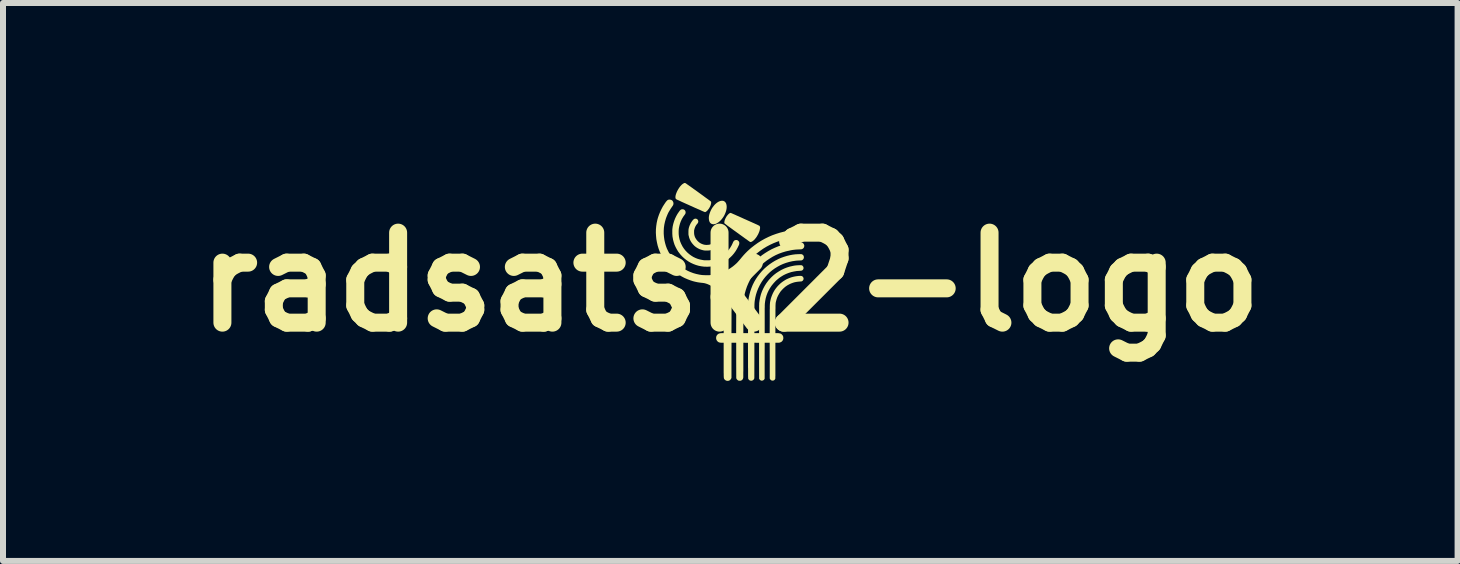
<source format=kicad_pcb>
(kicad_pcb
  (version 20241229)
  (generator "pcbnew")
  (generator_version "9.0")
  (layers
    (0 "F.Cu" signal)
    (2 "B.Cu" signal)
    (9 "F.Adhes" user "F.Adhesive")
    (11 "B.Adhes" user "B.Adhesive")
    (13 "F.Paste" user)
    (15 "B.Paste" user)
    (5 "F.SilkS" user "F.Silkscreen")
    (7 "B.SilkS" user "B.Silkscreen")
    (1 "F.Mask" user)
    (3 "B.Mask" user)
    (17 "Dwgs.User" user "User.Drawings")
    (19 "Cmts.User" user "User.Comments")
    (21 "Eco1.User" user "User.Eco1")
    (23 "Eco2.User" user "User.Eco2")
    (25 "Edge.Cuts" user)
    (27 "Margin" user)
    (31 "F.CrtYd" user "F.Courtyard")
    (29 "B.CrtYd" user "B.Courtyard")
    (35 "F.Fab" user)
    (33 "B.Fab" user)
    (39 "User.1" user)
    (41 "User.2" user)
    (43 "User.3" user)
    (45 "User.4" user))
  (footprint "radsatsk2-logo"
    (layer "F.Cu")
    (at 9.121 1.649)
    (property "Reference" "radsatsk2-logo" (at 0 0 0) (layer "F.SilkS") (effects (font (size 1.5 1.5) (thickness 0.3))))
    (attr board_only exclude_from_pos_files exclude_from_bom)
    (fp_poly (pts (xy -0.12 -1.352) (xy -0.106 -1.347) (xy -0.094 -1.34) (xy -0.083 -1.329) (xy -0.074 -1.317) (xy -0.067 -1.301) (xy -0.063 -1.284) (xy -0.06 -1.264) (xy -0.06 -1.242) (xy -0.062 -1.219) (xy -0.067 -1.193) (xy -0.068 -1.19) (xy -0.076 -1.164) (xy -0.086 -1.139) (xy -0.097 -1.114) (xy -0.11 -1.091) (xy -0.125 -1.069) (xy -0.141 -1.048) (xy -0.157 -1.029) (xy -0.175 -1.012) (xy -0.193 -0.997) (xy -0.211 -0.985) (xy -0.229 -0.974) (xy -0.247 -0.967) (xy -0.265 -0.963) (xy -0.283 -0.961) (xy -0.299 -0.964) (xy -0.314 -0.969) (xy -0.326 -0.977) (xy -0.337 -0.988) (xy -0.345 -1.002) (xy -0.351 -1.018) (xy -0.355 -1.036) (xy -0.357 -1.057) (xy -0.357 -1.079) (xy -0.354 -1.102) (xy -0.349 -1.125) (xy -0.34 -1.153) (xy -0.329 -1.181) (xy -0.316 -1.208) (xy -0.301 -1.234) (xy -0.283 -1.258) (xy -0.265 -1.281) (xy -0.245 -1.301) (xy -0.225 -1.318) (xy -0.204 -1.332) (xy -0.191 -1.339) (xy -0.172 -1.347) (xy -0.153 -1.352) (xy -0.136 -1.353)) (stroke (width 0) (type solid)) (fill yes) (layer "F.SilkS"))
    (fp_poly (pts (xy -0.751 -1.649) (xy -0.748 -1.647) (xy -0.743 -1.644) (xy -0.735 -1.639) (xy -0.725 -1.632) (xy -0.713 -1.623) (xy -0.698 -1.613) (xy -0.683 -1.602) (xy -0.665 -1.59) (xy -0.646 -1.576) (xy -0.626 -1.562) (xy -0.606 -1.547) (xy -0.584 -1.532) (xy -0.562 -1.516) (xy -0.54 -1.5) (xy -0.518 -1.484) (xy -0.496 -1.468) (xy -0.474 -1.452) (xy -0.453 -1.437) (xy -0.433 -1.422) (xy -0.414 -1.408) (xy -0.396 -1.395) (xy -0.379 -1.383) (xy -0.364 -1.372) (xy -0.351 -1.362) (xy -0.34 -1.354) (xy -0.331 -1.347) (xy -0.325 -1.342) (xy -0.321 -1.339) (xy -0.321 -1.338) (xy -0.319 -1.33) (xy -0.318 -1.319) (xy -0.32 -1.306) (xy -0.323 -1.292) (xy -0.328 -1.276) (xy -0.335 -1.26) (xy -0.336 -1.257) (xy -0.345 -1.241) (xy -0.354 -1.225) (xy -0.365 -1.211) (xy -0.375 -1.197) (xy -0.386 -1.186) (xy -0.396 -1.177) (xy -0.406 -1.169) (xy -0.416 -1.165) (xy -0.423 -1.164) (xy -0.425 -1.165) (xy -0.43 -1.167) (xy -0.439 -1.171) (xy -0.45 -1.175) (xy -0.464 -1.181) (xy -0.48 -1.188) (xy -0.499 -1.197) (xy -0.519 -1.206) (xy -0.541 -1.215) (xy -0.565 -1.226) (xy -0.591 -1.237) (xy -0.617 -1.249) (xy -0.645 -1.262) (xy -0.664 -1.27) (xy -0.699 -1.286) (xy -0.731 -1.3) (xy -0.76 -1.313) (xy -0.786 -1.325) (xy -0.809 -1.335) (xy -0.829 -1.345) (xy -0.846 -1.353) (xy -0.861 -1.36) (xy -0.874 -1.365) (xy -0.884 -1.37) (xy -0.892 -1.374) (xy -0.898 -1.377) (xy -0.902 -1.38) (xy -0.905 -1.381) (xy -0.905 -1.382) (xy -0.91 -1.39) (xy -0.913 -1.4) (xy -0.914 -1.413) (xy -0.913 -1.428) (xy -0.91 -1.445) (xy -0.905 -1.463) (xy -0.898 -1.482) (xy -0.89 -1.502) (xy -0.88 -1.522) (xy -0.872 -1.537) (xy -0.859 -1.558) (xy -0.847 -1.576) (xy -0.835 -1.592) (xy -0.821 -1.607) (xy -0.816 -1.613) (xy -0.801 -1.627) (xy -0.787 -1.637) (xy -0.775 -1.644) (xy -0.764 -1.649) (xy -0.754 -1.649)) (stroke (width 0) (type solid)) (fill yes) (layer "F.SilkS"))
    (fp_poly (pts (xy 0.008 -1.15) (xy 0.013 -1.148) (xy 0.022 -1.145) (xy 0.033 -1.14) (xy 0.046 -1.134) (xy 0.062 -1.127) (xy 0.079 -1.12) (xy 0.098 -1.111) (xy 0.118 -1.102) (xy 0.14 -1.093) (xy 0.159 -1.084) (xy 0.184 -1.073) (xy 0.21 -1.061) (xy 0.236 -1.049) (xy 0.262 -1.038) (xy 0.288 -1.026) (xy 0.313 -1.015) (xy 0.337 -1.004) (xy 0.358 -0.995) (xy 0.377 -0.986) (xy 0.394 -0.979) (xy 0.396 -0.978) (xy 0.417 -0.968) (xy 0.436 -0.96) (xy 0.451 -0.953) (xy 0.463 -0.947) (xy 0.473 -0.942) (xy 0.48 -0.938) (xy 0.485 -0.936) (xy 0.488 -0.934) (xy 0.488 -0.933) (xy 0.493 -0.925) (xy 0.496 -0.914) (xy 0.497 -0.901) (xy 0.495 -0.886) (xy 0.492 -0.87) (xy 0.488 -0.852) (xy 0.481 -0.833) (xy 0.473 -0.814) (xy 0.464 -0.794) (xy 0.453 -0.775) (xy 0.442 -0.756) (xy 0.429 -0.737) (xy 0.415 -0.72) (xy 0.408 -0.711) (xy 0.395 -0.698) (xy 0.382 -0.687) (xy 0.37 -0.678) (xy 0.358 -0.671) (xy 0.347 -0.667) (xy 0.338 -0.665) (xy 0.33 -0.667) (xy 0.329 -0.667) (xy 0.327 -0.669) (xy 0.322 -0.672) (xy 0.315 -0.677) (xy 0.305 -0.684) (xy 0.292 -0.693) (xy 0.278 -0.704) (xy 0.262 -0.715) (xy 0.243 -0.728) (xy 0.223 -0.743) (xy 0.202 -0.758) (xy 0.18 -0.774) (xy 0.156 -0.791) (xy 0.132 -0.809) (xy 0.115 -0.821) (xy 0.082 -0.845) (xy 0.051 -0.867) (xy 0.024 -0.887) (xy -0.001 -0.905) (xy -0.023 -0.921) (xy -0.043 -0.935) (xy -0.059 -0.948) (xy -0.072 -0.958) (xy -0.083 -0.966) (xy -0.09 -0.971) (xy -0.095 -0.975) (xy -0.097 -0.977) (xy -0.099 -0.985) (xy -0.099 -0.996) (xy -0.097 -1.009) (xy -0.094 -1.023) (xy -0.089 -1.039) (xy -0.082 -1.054) (xy -0.081 -1.058) (xy -0.072 -1.074) (xy -0.063 -1.09) (xy -0.053 -1.104) (xy -0.042 -1.117) (xy -0.031 -1.129) (xy -0.021 -1.138) (xy -0.011 -1.145) (xy -0.001 -1.15) (xy 0.005 -1.151)) (stroke (width 0) (type solid)) (fill yes) (layer "F.SilkS"))
    (fp_poly (pts (xy -0.566 -1.053) (xy -0.555 -1.048) (xy -0.546 -1.041) (xy -0.539 -1.031) (xy -0.535 -1.02) (xy -0.533 -1.008) (xy -0.533 -1.004) (xy -0.534 -0.997) (xy -0.537 -0.99) (xy -0.54 -0.983) (xy -0.546 -0.974) (xy -0.554 -0.965) (xy -0.555 -0.964) (xy -0.57 -0.944) (xy -0.583 -0.921) (xy -0.593 -0.896) (xy -0.6 -0.87) (xy -0.6 -0.87) (xy -0.602 -0.862) (xy -0.603 -0.855) (xy -0.603 -0.847) (xy -0.603 -0.838) (xy -0.603 -0.826) (xy -0.603 -0.822) (xy -0.602 -0.801) (xy -0.599 -0.782) (xy -0.594 -0.764) (xy -0.588 -0.747) (xy -0.579 -0.729) (xy -0.574 -0.722) (xy -0.559 -0.699) (xy -0.541 -0.679) (xy -0.521 -0.661) (xy -0.499 -0.646) (xy -0.475 -0.634) (xy -0.45 -0.625) (xy -0.425 -0.619) (xy -0.398 -0.617) (xy -0.371 -0.618) (xy -0.344 -0.622) (xy -0.334 -0.625) (xy -0.307 -0.635) (xy -0.283 -0.647) (xy -0.26 -0.663) (xy -0.24 -0.681) (xy -0.222 -0.702) (xy -0.207 -0.726) (xy -0.194 -0.752) (xy -0.19 -0.764) (xy -0.184 -0.777) (xy -0.177 -0.788) (xy -0.169 -0.796) (xy -0.159 -0.801) (xy -0.156 -0.802) (xy -0.143 -0.804) (xy -0.131 -0.803) (xy -0.12 -0.798) (xy -0.111 -0.792) (xy -0.103 -0.783) (xy -0.098 -0.772) (xy -0.096 -0.76) (xy -0.096 -0.747) (xy -0.098 -0.74) (xy -0.108 -0.713) (xy -0.121 -0.686) (xy -0.137 -0.659) (xy -0.155 -0.635) (xy -0.175 -0.612) (xy -0.194 -0.595) (xy -0.221 -0.575) (xy -0.25 -0.558) (xy -0.28 -0.544) (xy -0.311 -0.533) (xy -0.343 -0.526) (xy -0.376 -0.523) (xy -0.408 -0.523) (xy -0.419 -0.523) (xy -0.452 -0.528) (xy -0.484 -0.537) (xy -0.515 -0.548) (xy -0.544 -0.563) (xy -0.571 -0.58) (xy -0.596 -0.6) (xy -0.618 -0.623) (xy -0.639 -0.648) (xy -0.657 -0.675) (xy -0.672 -0.704) (xy -0.684 -0.735) (xy -0.692 -0.768) (xy -0.693 -0.771) (xy -0.695 -0.779) (xy -0.696 -0.787) (xy -0.697 -0.795) (xy -0.697 -0.803) (xy -0.697 -0.814) (xy -0.697 -0.827) (xy -0.697 -0.831) (xy -0.697 -0.849) (xy -0.696 -0.865) (xy -0.695 -0.879) (xy -0.692 -0.893) (xy -0.689 -0.906) (xy -0.684 -0.921) (xy -0.683 -0.925) (xy -0.677 -0.941) (xy -0.669 -0.958) (xy -0.661 -0.975) (xy -0.651 -0.992) (xy -0.641 -1.007) (xy -0.631 -1.021) (xy -0.621 -1.033) (xy -0.612 -1.042) (xy -0.603 -1.049) (xy -0.601 -1.05) (xy -0.589 -1.054) (xy -0.577 -1.055)) (stroke (width 0) (type solid)) (fill yes) (layer "F.SilkS"))
    (fp_poly (pts (xy -0.784 -1.21) (xy -0.773 -1.207) (xy -0.763 -1.2) (xy -0.759 -1.197) (xy -0.751 -1.186) (xy -0.746 -1.174) (xy -0.744 -1.161) (xy -0.744 -1.16) (xy -0.745 -1.151) (xy -0.746 -1.143) (xy -0.75 -1.135) (xy -0.755 -1.126) (xy -0.759 -1.121) (xy -0.784 -1.086) (xy -0.806 -1.049) (xy -0.824 -1.011) (xy -0.838 -0.972) (xy -0.849 -0.931) (xy -0.857 -0.89) (xy -0.858 -0.883) (xy -0.859 -0.867) (xy -0.86 -0.849) (xy -0.86 -0.829) (xy -0.86 -0.809) (xy -0.859 -0.79) (xy -0.857 -0.772) (xy -0.855 -0.757) (xy -0.855 -0.754) (xy -0.846 -0.712) (xy -0.834 -0.672) (xy -0.818 -0.634) (xy -0.8 -0.599) (xy -0.794 -0.588) (xy -0.77 -0.552) (xy -0.744 -0.52) (xy -0.715 -0.49) (xy -0.684 -0.463) (xy -0.651 -0.439) (xy -0.616 -0.417) (xy -0.579 -0.399) (xy -0.54 -0.384) (xy -0.5 -0.373) (xy -0.458 -0.365) (xy -0.453 -0.364) (xy -0.439 -0.362) (xy -0.421 -0.361) (xy -0.402 -0.361) (xy -0.382 -0.361) (xy -0.363 -0.361) (xy -0.345 -0.362) (xy -0.33 -0.364) (xy -0.33 -0.364) (xy -0.288 -0.372) (xy -0.248 -0.383) (xy -0.209 -0.398) (xy -0.171 -0.416) (xy -0.135 -0.437) (xy -0.101 -0.461) (xy -0.07 -0.489) (xy -0.068 -0.49) (xy -0.042 -0.516) (xy -0.018 -0.545) (xy 0.003 -0.576) (xy 0.022 -0.608) (xy 0.038 -0.641) (xy 0.041 -0.649) (xy 0.047 -0.661) (xy 0.051 -0.67) (xy 0.056 -0.677) (xy 0.059 -0.682) (xy 0.069 -0.691) (xy 0.081 -0.696) (xy 0.093 -0.699) (xy 0.106 -0.699) (xy 0.118 -0.696) (xy 0.129 -0.689) (xy 0.139 -0.68) (xy 0.144 -0.672) (xy 0.147 -0.667) (xy 0.149 -0.662) (xy 0.15 -0.656) (xy 0.15 -0.649) (xy 0.15 -0.646) (xy 0.15 -0.639) (xy 0.149 -0.633) (xy 0.148 -0.627) (xy 0.145 -0.62) (xy 0.142 -0.612) (xy 0.124 -0.574) (xy 0.105 -0.539) (xy 0.087 -0.51) (xy 0.06 -0.473) (xy 0.031 -0.439) (xy -0.002 -0.407) (xy -0.036 -0.377) (xy -0.073 -0.351) (xy -0.111 -0.327) (xy -0.152 -0.306) (xy -0.194 -0.289) (xy -0.237 -0.275) (xy -0.281 -0.264) (xy -0.302 -0.261) (xy -0.336 -0.256) (xy -0.371 -0.254) (xy -0.405 -0.254) (xy -0.438 -0.255) (xy -0.484 -0.261) (xy -0.529 -0.27) (xy -0.573 -0.283) (xy -0.615 -0.299) (xy -0.656 -0.318) (xy -0.695 -0.34) (xy -0.733 -0.366) (xy -0.768 -0.394) (xy -0.801 -0.425) (xy -0.832 -0.459) (xy -0.86 -0.495) (xy -0.871 -0.51) (xy -0.893 -0.547) (xy -0.912 -0.583) (xy -0.929 -0.621) (xy -0.942 -0.661) (xy -0.953 -0.702) (xy -0.961 -0.746) (xy -0.962 -0.749) (xy -0.963 -0.759) (xy -0.964 -0.772) (xy -0.965 -0.788) (xy -0.966 -0.804) (xy -0.966 -0.822) (xy -0.966 -0.839) (xy -0.966 -0.855) (xy -0.966 -0.869) (xy -0.965 -0.881) (xy -0.965 -0.882) (xy -0.959 -0.927) (xy -0.949 -0.971) (xy -0.936 -1.014) (xy -0.92 -1.056) (xy -0.901 -1.096) (xy -0.879 -1.135) (xy -0.857 -1.167) (xy -0.847 -1.181) (xy -0.839 -1.191) (xy -0.831 -1.199) (xy -0.824 -1.204) (xy -0.817 -1.208) (xy -0.81 -1.21) (xy -0.802 -1.211) (xy -0.797 -1.211)) (stroke (width 0) (type solid)) (fill yes) (layer "F.SilkS"))
    (fp_poly (pts (xy -1.008 -1.372) (xy -0.993 -1.37) (xy -0.981 -1.366) (xy -0.97 -1.359) (xy -0.964 -1.354) (xy -0.956 -1.342) (xy -0.95 -1.329) (xy -0.947 -1.315) (xy -0.947 -1.301) (xy -0.95 -1.287) (xy -0.956 -1.274) (xy -0.958 -1.271) (xy -0.976 -1.245) (xy -0.993 -1.22) (xy -1.007 -1.197) (xy -1.02 -1.176) (xy -1.032 -1.155) (xy -1.042 -1.134) (xy -1.051 -1.113) (xy -1.06 -1.091) (xy -1.069 -1.068) (xy -1.074 -1.053) (xy -1.088 -1.004) (xy -1.099 -0.954) (xy -1.106 -0.904) (xy -1.109 -0.853) (xy -1.109 -0.803) (xy -1.105 -0.752) (xy -1.098 -0.701) (xy -1.087 -0.651) (xy -1.073 -0.602) (xy -1.059 -0.564) (xy -1.054 -0.551) (xy -1.046 -0.536) (xy -1.038 -0.519) (xy -1.029 -0.501) (xy -1.02 -0.484) (xy -1.011 -0.468) (xy -1.003 -0.453) (xy -0.999 -0.447) (xy -0.969 -0.404) (xy -0.937 -0.363) (xy -0.902 -0.325) (xy -0.865 -0.29) (xy -0.825 -0.257) (xy -0.783 -0.228) (xy -0.756 -0.211) (xy -0.711 -0.186) (xy -0.664 -0.165) (xy -0.616 -0.147) (xy -0.567 -0.133) (xy -0.516 -0.122) (xy -0.483 -0.117) (xy -0.467 -0.115) (xy -0.448 -0.114) (xy -0.427 -0.113) (xy -0.405 -0.112) (xy -0.384 -0.112) (xy -0.363 -0.112) (xy -0.345 -0.113) (xy -0.336 -0.114) (xy -0.284 -0.12) (xy -0.233 -0.129) (xy -0.183 -0.142) (xy -0.135 -0.159) (xy -0.088 -0.179) (xy -0.042 -0.202) (xy 0.002 -0.229) (xy 0.006 -0.232) (xy 0.043 -0.258) (xy 0.078 -0.287) (xy 0.111 -0.317) (xy 0.141 -0.35) (xy 0.161 -0.373) (xy 0.193 -0.412) (xy 0.225 -0.449) (xy 0.256 -0.482) (xy 0.288 -0.514) (xy 0.321 -0.544) (xy 0.351 -0.57) (xy 0.405 -0.612) (xy 0.461 -0.652) (xy 0.518 -0.688) (xy 0.577 -0.721) (xy 0.638 -0.751) (xy 0.7 -0.778) (xy 0.764 -0.801) (xy 0.828 -0.821) (xy 0.894 -0.838) (xy 0.96 -0.851) (xy 1.027 -0.86) (xy 1.094 -0.866) (xy 1.152 -0.868) (xy 1.189 -0.869) (xy 1.201 -0.863) (xy 1.214 -0.855) (xy 1.225 -0.845) (xy 1.232 -0.833) (xy 1.237 -0.82) (xy 1.24 -0.806) (xy 1.239 -0.793) (xy 1.235 -0.779) (xy 1.228 -0.767) (xy 1.218 -0.756) (xy 1.214 -0.752) (xy 1.209 -0.749) (xy 1.205 -0.746) (xy 1.2 -0.744) (xy 1.194 -0.742) (xy 1.186 -0.741) (xy 1.177 -0.74) (xy 1.165 -0.74) (xy 1.15 -0.739) (xy 1.14 -0.738) (xy 1.123 -0.737) (xy 1.108 -0.737) (xy 1.097 -0.736) (xy 1.086 -0.735) (xy 1.077 -0.735) (xy 1.068 -0.734) (xy 1.059 -0.733) (xy 1.048 -0.732) (xy 1.036 -0.73) (xy 1.033 -0.73) (xy 0.968 -0.72) (xy 0.905 -0.707) (xy 0.843 -0.69) (xy 0.781 -0.67) (xy 0.721 -0.646) (xy 0.663 -0.619) (xy 0.606 -0.589) (xy 0.55 -0.555) (xy 0.497 -0.518) (xy 0.445 -0.478) (xy 0.395 -0.435) (xy 0.387 -0.428) (xy 0.372 -0.414) (xy 0.356 -0.398) (xy 0.34 -0.381) (xy 0.324 -0.364) (xy 0.308 -0.347) (xy 0.294 -0.33) (xy 0.281 -0.315) (xy 0.27 -0.301) (xy 0.267 -0.296) (xy 0.261 -0.29) (xy 0.255 -0.281) (xy 0.249 -0.273) (xy 0.246 -0.269) (xy 0.241 -0.263) (xy 0.235 -0.254) (xy 0.228 -0.244) (xy 0.22 -0.233) (xy 0.213 -0.222) (xy 0.211 -0.22) (xy 0.177 -0.165) (xy 0.147 -0.109) (xy 0.119 -0.051) (xy 0.095 0.008) (xy 0.074 0.068) (xy 0.056 0.128) (xy 0.042 0.19) (xy 0.032 0.252) (xy 0.031 0.262) (xy 0.03 0.271) (xy 0.028 0.28) (xy 0.027 0.288) (xy 0.027 0.296) (xy 0.026 0.304) (xy 0.025 0.312) (xy 0.024 0.32) (xy 0.024 0.329) (xy 0.023 0.339) (xy 0.023 0.349) (xy 0.023 0.361) (xy 0.022 0.375) (xy 0.022 0.39) (xy 0.022 0.407) (xy 0.022 0.427) (xy 0.022 0.448) (xy 0.022 0.473) (xy 0.021 0.5) (xy 0.021 0.53) (xy 0.021 0.564) (xy 0.021 0.597) (xy 0.02 0.853) (xy 0.059 0.853) (xy 0.098 0.853) (xy 0.099 0.598) (xy 0.099 0.561) (xy 0.099 0.528) (xy 0.1 0.498) (xy 0.1 0.471) (xy 0.1 0.447) (xy 0.1 0.425) (xy 0.1 0.406) (xy 0.1 0.389) (xy 0.101 0.374) (xy 0.101 0.36) (xy 0.101 0.348) (xy 0.102 0.337) (xy 0.102 0.328) (xy 0.103 0.319) (xy 0.103 0.311) (xy 0.104 0.303) (xy 0.105 0.295) (xy 0.106 0.287) (xy 0.107 0.279) (xy 0.108 0.27) (xy 0.11 0.261) (xy 0.11 0.259) (xy 0.121 0.198) (xy 0.135 0.138) (xy 0.152 0.078) (xy 0.173 0.02) (xy 0.198 -0.036) (xy 0.225 -0.091) (xy 0.256 -0.145) (xy 0.29 -0.196) (xy 0.326 -0.246) (xy 0.366 -0.294) (xy 0.408 -0.34) (xy 0.453 -0.383) (xy 0.501 -0.423) (xy 0.529 -0.446) (xy 0.58 -0.481) (xy 0.633 -0.514) (xy 0.687 -0.544) (xy 0.743 -0.57) (xy 0.801 -0.594) (xy 0.859 -0.614) (xy 0.918 -0.63) (xy 0.949 -0.637) (xy 0.985 -0.644) (xy 1.02 -0.649) (xy 1.055 -0.654) (xy 1.091 -0.657) (xy 1.124 -0.659) (xy 1.143 -0.66) (xy 1.159 -0.661) (xy 1.172 -0.66) (xy 1.183 -0.66) (xy 1.192 -0.658) (xy 1.2 -0.655) (xy 1.206 -0.652) (xy 1.212 -0.647) (xy 1.217 -0.642) (xy 1.218 -0.641) (xy 1.226 -0.629) (xy 1.232 -0.616) (xy 1.234 -0.603) (xy 1.232 -0.589) (xy 1.228 -0.576) (xy 1.22 -0.564) (xy 1.216 -0.56) (xy 1.211 -0.556) (xy 1.206 -0.552) (xy 1.201 -0.549) (xy 1.196 -0.547) (xy 1.189 -0.545) (xy 1.18 -0.544) (xy 1.168 -0.543) (xy 1.154 -0.542) (xy 1.145 -0.542) (xy 1.124 -0.541) (xy 1.105 -0.54) (xy 1.088 -0.539) (xy 1.072 -0.537) (xy 1.055 -0.535) (xy 1.037 -0.533) (xy 0.979 -0.522) (xy 0.922 -0.508) (xy 0.866 -0.491) (xy 0.811 -0.471) (xy 0.757 -0.447) (xy 0.706 -0.42) (xy 0.656 -0.389) (xy 0.607 -0.356) (xy 0.561 -0.32) (xy 0.517 -0.281) (xy 0.476 -0.239) (xy 0.436 -0.195) (xy 0.424 -0.18) (xy 0.389 -0.132) (xy 0.357 -0.083) (xy 0.328 -0.032) (xy 0.302 0.021) (xy 0.279 0.075) (xy 0.26 0.13) (xy 0.244 0.186) (xy 0.232 0.243) (xy 0.231 0.252) (xy 0.229 0.261) (xy 0.228 0.27) (xy 0.227 0.278) (xy 0.225 0.286) (xy 0.224 0.293) (xy 0.223 0.301) (xy 0.223 0.308) (xy 0.222 0.317) (xy 0.221 0.325) (xy 0.221 0.335) (xy 0.22 0.346) (xy 0.22 0.358) (xy 0.22 0.372) (xy 0.219 0.388) (xy 0.219 0.405) (xy 0.219 0.425) (xy 0.219 0.447) (xy 0.219 0.472) (xy 0.219 0.5) (xy 0.219 0.531) (xy 0.218 0.565) (xy 0.218 0.595) (xy 0.218 0.853) (xy 0.257 0.853) (xy 0.296 0.853) (xy 0.297 0.595) (xy 0.297 0.559) (xy 0.297 0.525) (xy 0.297 0.495) (xy 0.297 0.468) (xy 0.297 0.444) (xy 0.297 0.422) (xy 0.297 0.403) (xy 0.298 0.386) (xy 0.298 0.372) (xy 0.298 0.358) (xy 0.299 0.347) (xy 0.299 0.337) (xy 0.299 0.327) (xy 0.3 0.319) (xy 0.301 0.312) (xy 0.302 0.305) (xy 0.302 0.298) (xy 0.303 0.291) (xy 0.305 0.284) (xy 0.306 0.277) (xy 0.307 0.269) (xy 0.308 0.263) (xy 0.32 0.207) (xy 0.335 0.153) (xy 0.353 0.101) (xy 0.374 0.049) (xy 0.399 -0.001) (xy 0.427 -0.049) (xy 0.458 -0.095) (xy 0.492 -0.139) (xy 0.528 -0.181) (xy 0.567 -0.221) (xy 0.609 -0.258) (xy 0.653 -0.293) (xy 0.7 -0.325) (xy 0.749 -0.355) (xy 0.758 -0.359) (xy 0.802 -0.382) (xy 0.848 -0.402) (xy 0.896 -0.419) (xy 0.945 -0.434) (xy 0.994 -0.446) (xy 1.043 -0.455) (xy 1.092 -0.461) (xy 1.14 -0.463) (xy 1.158 -0.464) (xy 1.17 -0.464) (xy 1.178 -0.463) (xy 1.184 -0.463) (xy 1.189 -0.462) (xy 1.193 -0.461) (xy 1.196 -0.46) (xy 1.206 -0.454) (xy 1.213 -0.448) (xy 1.22 -0.439) (xy 1.222 -0.436) (xy 1.226 -0.422) (xy 1.227 -0.408) (xy 1.225 -0.395) (xy 1.22 -0.385) (xy 1.213 -0.375) (xy 1.204 -0.367) (xy 1.199 -0.364) (xy 1.195 -0.362) (xy 1.192 -0.361) (xy 1.188 -0.36) (xy 1.184 -0.359) (xy 1.178 -0.359) (xy 1.169 -0.358) (xy 1.159 -0.358) (xy 1.149 -0.357) (xy 1.136 -0.357) (xy 1.121 -0.356) (xy 1.107 -0.355) (xy 1.095 -0.354) (xy 1.086 -0.353) (xy 1.033 -0.345) (xy 0.981 -0.333) (xy 0.93 -0.318) (xy 0.881 -0.3) (xy 0.834 -0.279) (xy 0.788 -0.254) (xy 0.744 -0.227) (xy 0.701 -0.196) (xy 0.661 -0.163) (xy 0.624 -0.127) (xy 0.588 -0.088) (xy 0.555 -0.047) (xy 0.525 -0.004) (xy 0.498 0.042) (xy 0.487 0.063) (xy 0.464 0.111) (xy 0.445 0.16) (xy 0.429 0.21) (xy 0.417 0.261) (xy 0.408 0.314) (xy 0.405 0.342) (xy 0.405 0.347) (xy 0.404 0.352) (xy 0.404 0.359) (xy 0.404 0.367) (xy 0.403 0.376) (xy 0.403 0.386) (xy 0.403 0.399) (xy 0.403 0.413) (xy 0.403 0.43) (xy 0.403 0.448) (xy 0.402 0.47) (xy 0.402 0.494) (xy 0.402 0.521) (xy 0.402 0.551) (xy 0.402 0.585) (xy 0.402 0.612) (xy 0.402 0.853) (xy 0.441 0.853) (xy 0.48 0.853) (xy 0.48 0.613) (xy 0.48 0.577) (xy 0.481 0.544) (xy 0.481 0.512) (xy 0.481 0.483) (xy 0.481 0.456) (xy 0.481 0.432) (xy 0.481 0.411) (xy 0.481 0.393) (xy 0.482 0.378) (xy 0.482 0.366) (xy 0.482 0.358) (xy 0.482 0.353) (xy 0.489 0.302) (xy 0.499 0.252) (xy 0.512 0.203) (xy 0.529 0.156) (xy 0.55 0.11) (xy 0.574 0.065) (xy 0.601 0.022) (xy 0.632 -0.019) (xy 0.644 -0.034) (xy 0.654 -0.045) (xy 0.665 -0.057) (xy 0.678 -0.071) (xy 0.691 -0.084) (xy 0.705 -0.097) (xy 0.717 -0.108) (xy 0.727 -0.117) (xy 0.767 -0.148) (xy 0.81 -0.176) (xy 0.853 -0.201) (xy 0.899 -0.223) (xy 0.945 -0.241) (xy 0.993 -0.256) (xy 1.042 -0.267) (xy 1.046 -0.268) (xy 1.068 -0.272) (xy 1.09 -0.275) (xy 1.111 -0.277) (xy 1.133 -0.278) (xy 1.147 -0.279) (xy 1.161 -0.279) (xy 1.173 -0.279) (xy 1.181 -0.279) (xy 1.188 -0.278) (xy 1.193 -0.277) (xy 1.197 -0.275) (xy 1.201 -0.272) (xy 1.206 -0.268) (xy 1.214 -0.258) (xy 1.219 -0.248) (xy 1.221 -0.236) (xy 1.221 -0.224) (xy 1.217 -0.213) (xy 1.211 -0.203) (xy 1.202 -0.195) (xy 1.194 -0.19) (xy 1.189 -0.189) (xy 1.184 -0.188) (xy 1.176 -0.187) (xy 1.166 -0.186) (xy 1.156 -0.185) (xy 1.108 -0.182) (xy 1.061 -0.174) (xy 1.015 -0.164) (xy 0.972 -0.15) (xy 0.929 -0.133) (xy 0.888 -0.113) (xy 0.847 -0.088) (xy 0.842 -0.085) (xy 0.815 -0.066) (xy 0.791 -0.046) (xy 0.766 -0.025) (xy 0.751 -0.01) (xy 0.719 0.025) (xy 0.689 0.062) (xy 0.663 0.101) (xy 0.64 0.141) (xy 0.62 0.183) (xy 0.604 0.226) (xy 0.591 0.271) (xy 0.582 0.317) (xy 0.576 0.365) (xy 0.576 0.375) (xy 0.575 0.381) (xy 0.575 0.391) (xy 0.575 0.403) (xy 0.575 0.419) (xy 0.574 0.438) (xy 0.574 0.459) (xy 0.574 0.483) (xy 0.574 0.509) (xy 0.574 0.537) (xy 0.574 0.567) (xy 0.574 0.599) (xy 0.574 0.628) (xy 0.574 0.853) (xy 0.615 0.853) (xy 0.657 0.853) (xy 0.658 0.612) (xy 0.658 0.577) (xy 0.658 0.544) (xy 0.658 0.515) (xy 0.658 0.49) (xy 0.658 0.466) (xy 0.659 0.446) (xy 0.659 0.428) (xy 0.659 0.412) (xy 0.659 0.398) (xy 0.66 0.386) (xy 0.66 0.376) (xy 0.661 0.366) (xy 0.661 0.358) (xy 0.662 0.351) (xy 0.663 0.344) (xy 0.663 0.338) (xy 0.664 0.332) (xy 0.666 0.326) (xy 0.667 0.319) (xy 0.668 0.313) (xy 0.67 0.305) (xy 0.676 0.279) (xy 0.685 0.251) (xy 0.696 0.222) (xy 0.708 0.194) (xy 0.721 0.168) (xy 0.735 0.144) (xy 0.735 0.143) (xy 0.752 0.118) (xy 0.771 0.093) (xy 0.793 0.067) (xy 0.816 0.044) (xy 0.839 0.022) (xy 0.844 0.018) (xy 0.858 0.007) (xy 0.874 -0.005) (xy 0.892 -0.017) (xy 0.911 -0.029) (xy 0.928 -0.039) (xy 0.937 -0.044) (xy 0.975 -0.061) (xy 1.014 -0.076) (xy 1.055 -0.087) (xy 1.096 -0.095) (xy 1.137 -0.1) (xy 1.16 -0.101) (xy 1.173 -0.101) (xy 1.183 -0.1) (xy 1.191 -0.099) (xy 1.197 -0.096) (xy 1.203 -0.092) (xy 1.209 -0.086) (xy 1.209 -0.086) (xy 1.217 -0.075) (xy 1.221 -0.063) (xy 1.222 -0.051) (xy 1.219 -0.039) (xy 1.214 -0.029) (xy 1.206 -0.019) (xy 1.198 -0.014) (xy 1.194 -0.012) (xy 1.191 -0.01) (xy 1.186 -0.009) (xy 1.18 -0.008) (xy 1.172 -0.008) (xy 1.162 -0.007) (xy 1.128 -0.004) (xy 1.096 0.000388) (xy 1.066 0.007) (xy 1.038 0.016) (xy 1.009 0.027) (xy 0.984 0.039) (xy 0.951 0.057) (xy 0.919 0.079) (xy 0.89 0.104) (xy 0.863 0.131) (xy 0.838 0.16) (xy 0.817 0.192) (xy 0.798 0.225) (xy 0.782 0.259) (xy 0.77 0.295) (xy 0.767 0.307) (xy 0.765 0.314) (xy 0.763 0.321) (xy 0.762 0.327) (xy 0.76 0.332) (xy 0.759 0.338) (xy 0.758 0.344) (xy 0.757 0.35) (xy 0.756 0.357) (xy 0.756 0.364) (xy 0.755 0.373) (xy 0.755 0.383) (xy 0.754 0.394) (xy 0.754 0.407) (xy 0.754 0.422) (xy 0.754 0.439) (xy 0.753 0.459) (xy 0.753 0.481) (xy 0.753 0.505) (xy 0.753 0.533) (xy 0.753 0.564) (xy 0.753 0.598) (xy 0.753 0.612) (xy 0.752 0.853) (xy 0.777 0.853) (xy 0.796 0.853) (xy 0.811 0.855) (xy 0.824 0.857) (xy 0.835 0.86) (xy 0.845 0.864) (xy 0.853 0.87) (xy 0.858 0.874) (xy 0.869 0.886) (xy 0.878 0.9) (xy 0.883 0.915) (xy 0.884 0.931) (xy 0.884 0.938) (xy 0.884 0.947) (xy 0.882 0.954) (xy 0.88 0.961) (xy 0.878 0.967) (xy 0.869 0.982) (xy 0.858 0.994) (xy 0.844 1.003) (xy 0.829 1.009) (xy 0.824 1.011) (xy 0.818 1.012) (xy 0.812 1.013) (xy 0.804 1.013) (xy 0.793 1.013) (xy 0.785 1.013) (xy 0.752 1.013) (xy 0.752 1.31) (xy 0.752 1.352) (xy 0.752 1.39) (xy 0.752 1.425) (xy 0.752 1.456) (xy 0.752 1.485) (xy 0.752 1.51) (xy 0.752 1.532) (xy 0.752 1.551) (xy 0.752 1.567) (xy 0.751 1.581) (xy 0.751 1.592) (xy 0.751 1.6) (xy 0.751 1.607) (xy 0.751 1.611) (xy 0.75 1.613) (xy 0.75 1.613) (xy 0.745 1.623) (xy 0.738 1.632) (xy 0.731 1.638) (xy 0.719 1.643) (xy 0.707 1.645) (xy 0.695 1.644) (xy 0.684 1.64) (xy 0.674 1.633) (xy 0.665 1.623) (xy 0.664 1.62) (xy 0.658 1.61) (xy 0.658 1.312) (xy 0.657 1.013) (xy 0.615 1.013) (xy 0.574 1.013) (xy 0.573 1.314) (xy 0.573 1.614) (xy 0.567 1.623) (xy 0.559 1.633) (xy 0.549 1.64) (xy 0.537 1.644) (xy 0.525 1.646) (xy 0.52 1.645) (xy 0.509 1.642) (xy 0.499 1.636) (xy 0.491 1.628) (xy 0.487 1.623) (xy 0.481 1.614) (xy 0.48 1.314) (xy 0.48 1.014) (xy 0.441 1.014) (xy 0.402 1.013) (xy 0.402 1.31) (xy 0.401 1.606) (xy 0.396 1.617) (xy 0.389 1.628) (xy 0.379 1.637) (xy 0.367 1.643) (xy 0.355 1.646) (xy 0.341 1.646) (xy 0.328 1.642) (xy 0.324 1.641) (xy 0.315 1.635) (xy 0.309 1.629) (xy 0.303 1.62) (xy 0.301 1.616) (xy 0.3 1.616) (xy 0.3 1.614) (xy 0.299 1.613) (xy 0.299 1.61) (xy 0.299 1.607) (xy 0.298 1.604) (xy 0.298 1.598) (xy 0.298 1.592) (xy 0.298 1.584) (xy 0.297 1.575) (xy 0.297 1.564) (xy 0.297 1.55) (xy 0.297 1.535) (xy 0.297 1.517) (xy 0.297 1.497) (xy 0.297 1.474) (xy 0.297 1.448) (xy 0.296 1.42) (xy 0.296 1.388) (xy 0.296 1.352) (xy 0.296 1.313) (xy 0.296 1.312) (xy 0.295 1.014) (xy 0.257 1.014) (xy 0.218 1.013) (xy 0.218 1.3) (xy 0.218 1.344) (xy 0.218 1.384) (xy 0.218 1.42) (xy 0.218 1.453) (xy 0.218 1.482) (xy 0.217 1.508) (xy 0.217 1.53) (xy 0.217 1.549) (xy 0.217 1.565) (xy 0.217 1.578) (xy 0.217 1.588) (xy 0.216 1.595) (xy 0.216 1.598) (xy 0.216 1.599) (xy 0.212 1.612) (xy 0.207 1.623) (xy 0.199 1.631) (xy 0.19 1.639) (xy 0.18 1.644) (xy 0.169 1.647) (xy 0.158 1.647) (xy 0.15 1.647) (xy 0.143 1.646) (xy 0.138 1.645) (xy 0.132 1.642) (xy 0.132 1.642) (xy 0.12 1.634) (xy 0.11 1.623) (xy 0.104 1.613) (xy 0.1 1.604) (xy 0.099 1.309) (xy 0.099 1.013) (xy 0.06 1.013) (xy 0.021 1.013) (xy 0.02 1.307) (xy 0.02 1.601) (xy 0.013 1.613) (xy 0.005 1.626) (xy -0.005 1.636) (xy -0.018 1.644) (xy -0.032 1.648) (xy -0.046 1.649) (xy -0.061 1.647) (xy -0.061 1.647) (xy -0.074 1.642) (xy -0.086 1.634) (xy -0.096 1.624) (xy -0.098 1.621) (xy -0.099 1.619) (xy -0.101 1.617) (xy -0.102 1.615) (xy -0.103 1.613) (xy -0.104 1.611) (xy -0.105 1.608) (xy -0.106 1.604) (xy -0.107 1.6) (xy -0.107 1.595) (xy -0.108 1.588) (xy -0.108 1.58) (xy -0.109 1.571) (xy -0.109 1.56) (xy -0.109 1.547) (xy -0.109 1.532) (xy -0.11 1.514) (xy -0.11 1.495) (xy -0.11 1.472) (xy -0.11 1.447) (xy -0.11 1.419) (xy -0.11 1.388) (xy -0.11 1.353) (xy -0.11 1.315) (xy -0.11 1.301) (xy -0.11 1.013) (xy -0.138 1.013) (xy -0.156 1.013) (xy -0.17 1.011) (xy -0.182 1.009) (xy -0.192 1.005) (xy -0.201 1) (xy -0.209 0.993) (xy -0.214 0.989) (xy -0.224 0.976) (xy -0.231 0.962) (xy -0.235 0.947) (xy -0.236 0.931) (xy -0.234 0.916) (xy -0.23 0.901) (xy -0.222 0.888) (xy -0.212 0.876) (xy -0.199 0.866) (xy -0.193 0.863) (xy -0.184 0.859) (xy -0.176 0.857) (xy -0.166 0.855) (xy -0.154 0.854) (xy -0.14 0.853) (xy -0.132 0.853) (xy -0.11 0.853) (xy -0.11 0.605) (xy -0.111 0.357) (xy -0.117 0.334) (xy -0.122 0.315) (xy -0.127 0.299) (xy -0.132 0.284) (xy -0.139 0.268) (xy -0.14 0.264) (xy -0.158 0.229) (xy -0.178 0.195) (xy -0.202 0.164) (xy -0.228 0.135) (xy -0.257 0.108) (xy -0.288 0.085) (xy -0.321 0.064) (xy -0.342 0.053) (xy -0.364 0.043) (xy -0.385 0.034) (xy -0.404 0.028) (xy -0.424 0.022) (xy -0.446 0.018) (xy -0.469 0.015) (xy -0.473 0.015) (xy -0.513 0.01) (xy -0.545 0.005) (xy -0.235 0.005) (xy -0.216 0.019) (xy -0.205 0.027) (xy -0.192 0.038) (xy -0.179 0.05) (xy -0.165 0.063) (xy -0.152 0.077) (xy -0.14 0.089) (xy -0.13 0.101) (xy -0.126 0.106) (xy -0.118 0.115) (xy -0.11 0.126) (xy -0.103 0.137) (xy -0.098 0.144) (xy -0.085 0.163) (xy -0.079 0.136) (xy -0.076 0.124) (xy -0.073 0.11) (xy -0.07 0.098) (xy -0.067 0.087) (xy -0.067 0.087) (xy -0.06 0.062) (xy -0.052 0.036) (xy -0.044 0.01) (xy -0.036 -0.015) (xy -0.027 -0.038) (xy -0.02 -0.057) (xy -0.015 -0.069) (xy -0.026 -0.064) (xy -0.053 -0.052) (xy -0.078 -0.041) (xy -0.102 -0.032) (xy -0.126 -0.024) (xy -0.15 -0.016) (xy -0.176 -0.009) (xy -0.203 -0.002) (xy -0.228 0.003) (xy -0.235 0.005) (xy -0.545 0.005) (xy -0.551 0.004) (xy -0.587 -0.004) (xy -0.623 -0.013) (xy -0.659 -0.025) (xy -0.66 -0.025) (xy -0.713 -0.045) (xy -0.764 -0.067) (xy -0.813 -0.093) (xy -0.86 -0.123) (xy -0.906 -0.155) (xy -0.949 -0.19) (xy -0.99 -0.229) (xy -1.029 -0.27) (xy -1.03 -0.271) (xy -1.065 -0.314) (xy -1.097 -0.359) (xy -1.126 -0.406) (xy -1.152 -0.454) (xy -1.175 -0.504) (xy -1.194 -0.554) (xy -1.21 -0.606) (xy -1.222 -0.659) (xy -1.232 -0.713) (xy -1.237 -0.767) (xy -1.24 -0.821) (xy -1.239 -0.876) (xy -1.234 -0.931) (xy -1.226 -0.985) (xy -1.214 -1.04) (xy -1.204 -1.075) (xy -1.188 -1.121) (xy -1.169 -1.168) (xy -1.147 -1.214) (xy -1.123 -1.259) (xy -1.095 -1.302) (xy -1.072 -1.336) (xy -1.061 -1.348) (xy -1.052 -1.358) (xy -1.043 -1.365) (xy -1.034 -1.369) (xy -1.024 -1.372) (xy -1.012 -1.372)) (stroke (width 0) (type solid)) (fill yes) (layer "F.SilkS")))
  (gr_rect
    (start -3 -3)
    (end 21.243 6.299)
    (stroke (width 0.1) (type default))
    (fill no)
    (layer "Edge.Cuts")))
</source>
